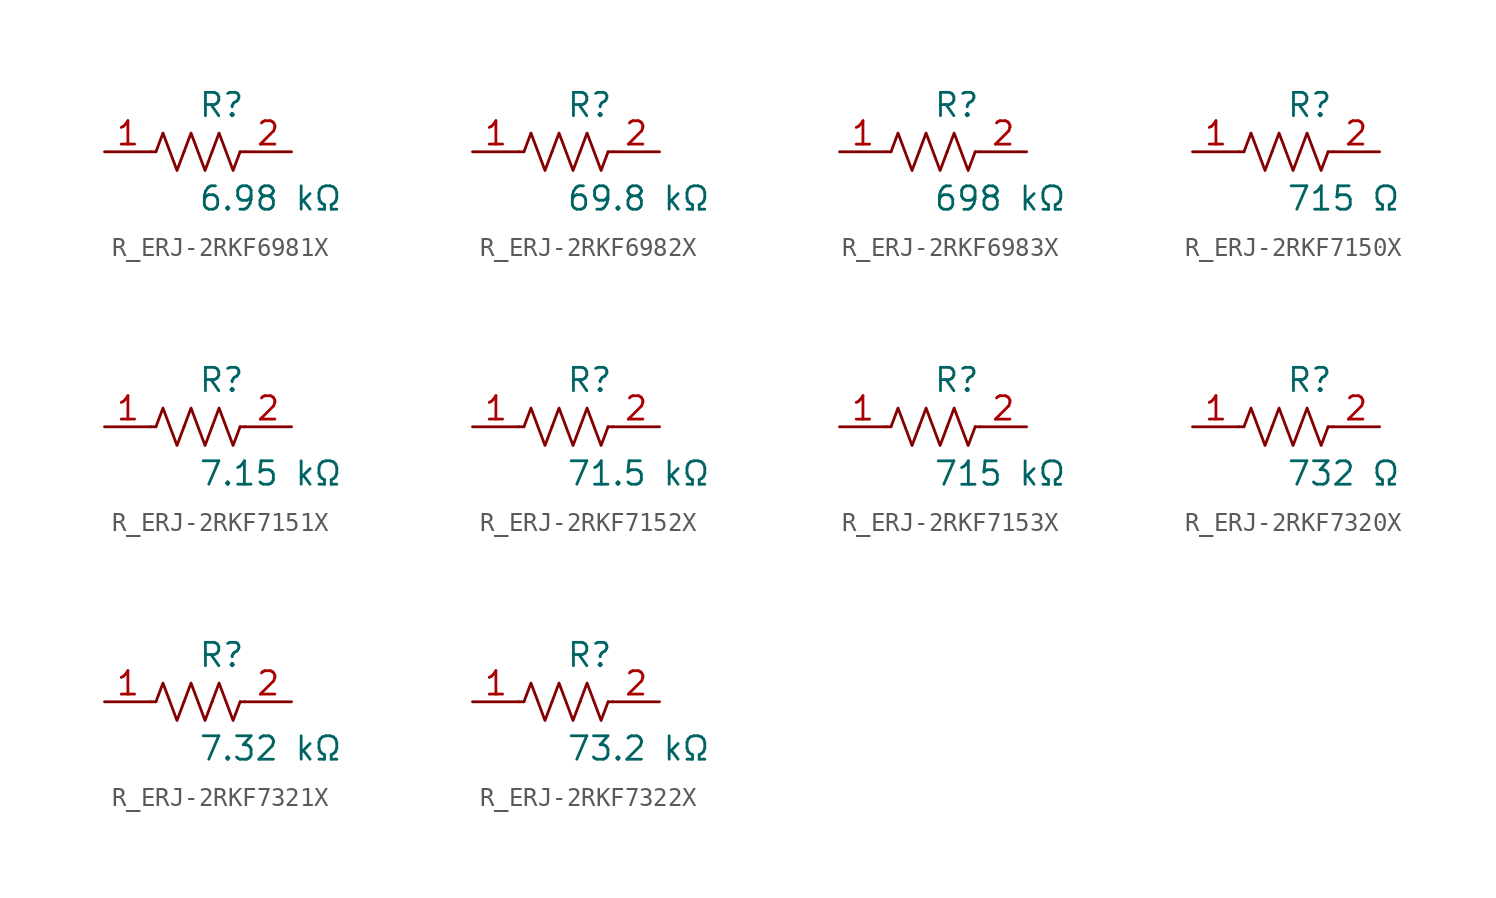
<source format=kicad_sym>
(kicad_symbol_lib
  (version 20231120)
  (generator kicad_symbol_editor)
  (generator_version 8.0)
  (symbol "R_ERJ-2RKF6981X"
    (pin_names
      (offset 0.254))
    (property "Reference" "R"
      (at 0 2.54 0)
      (effects (font (size 1.27 1.27)) (justify left)))
    (property "Value" "6.98 kΩ"
      (at 0 -2.54 0)
      (effects (font (size 1.27 1.27)) (justify left)))
    (symbol "R_ERJ-2RKF6981X_0_1"
      (polyline (pts (xy 2.286 0) (xy 2.54 0)) (stroke (width 0) (type default)) (fill (type none)))
      (polyline (pts (xy -2.286 0) (xy -2.54 0)) (stroke (width 0) (type default)) (fill (type none)))
      (polyline (pts (xy 0.762 0) (xy 1.143 1.016) (xy 1.524 0) (xy 1.905 -1.016) (xy 2.286 0)) (stroke (width 0) (type default)) (fill (type none)))
      (polyline (pts (xy -0.762 0) (xy -0.381 1.016) (xy 0 0) (xy 0.381 -1.016) (xy 0.762 0)) (stroke (width 0) (type default)) (fill (type none)))
      (polyline (pts (xy -2.286 0) (xy -1.905 1.016) (xy -1.524 0) (xy -1.143 -1.016) (xy -0.762 0)) (stroke (width 0) (type default)) (fill (type none))))
    (pin unspecified line
      (at -5.08 0 0)
      (length 2.54)
      (name "" (effects (font (size 1.27 1.27))))
      (number "1" (effects (font (size 1.27 1.27)))))
    (pin unspecified line
      (at 5.08 0 180)
      (length 2.54)
      (name "" (effects (font (size 1.27 1.27))))
      (number "2" (effects (font (size 1.27 1.27))))))
  (symbol "R_ERJ-2RKF6982X"
    (pin_names
      (offset 0.254))
    (property "Reference" "R"
      (at 0 2.54 0)
      (effects (font (size 1.27 1.27)) (justify left)))
    (property "Value" "69.8 kΩ"
      (at 0 -2.54 0)
      (effects (font (size 1.27 1.27)) (justify left)))
    (symbol "R_ERJ-2RKF6982X_0_1"
      (polyline (pts (xy 2.286 0) (xy 2.54 0)) (stroke (width 0) (type default)) (fill (type none)))
      (polyline (pts (xy -2.286 0) (xy -2.54 0)) (stroke (width 0) (type default)) (fill (type none)))
      (polyline (pts (xy 0.762 0) (xy 1.143 1.016) (xy 1.524 0) (xy 1.905 -1.016) (xy 2.286 0)) (stroke (width 0) (type default)) (fill (type none)))
      (polyline (pts (xy -0.762 0) (xy -0.381 1.016) (xy 0 0) (xy 0.381 -1.016) (xy 0.762 0)) (stroke (width 0) (type default)) (fill (type none)))
      (polyline (pts (xy -2.286 0) (xy -1.905 1.016) (xy -1.524 0) (xy -1.143 -1.016) (xy -0.762 0)) (stroke (width 0) (type default)) (fill (type none))))
    (pin unspecified line
      (at -5.08 0 0)
      (length 2.54)
      (name "" (effects (font (size 1.27 1.27))))
      (number "1" (effects (font (size 1.27 1.27)))))
    (pin unspecified line
      (at 5.08 0 180)
      (length 2.54)
      (name "" (effects (font (size 1.27 1.27))))
      (number "2" (effects (font (size 1.27 1.27))))))
  (symbol "R_ERJ-2RKF6983X"
    (pin_names
      (offset 0.254))
    (property "Reference" "R"
      (at 0 2.54 0)
      (effects (font (size 1.27 1.27)) (justify left)))
    (property "Value" "698 kΩ"
      (at 0 -2.54 0)
      (effects (font (size 1.27 1.27)) (justify left)))
    (symbol "R_ERJ-2RKF6983X_0_1"
      (polyline (pts (xy 2.286 0) (xy 2.54 0)) (stroke (width 0) (type default)) (fill (type none)))
      (polyline (pts (xy -2.286 0) (xy -2.54 0)) (stroke (width 0) (type default)) (fill (type none)))
      (polyline (pts (xy 0.762 0) (xy 1.143 1.016) (xy 1.524 0) (xy 1.905 -1.016) (xy 2.286 0)) (stroke (width 0) (type default)) (fill (type none)))
      (polyline (pts (xy -0.762 0) (xy -0.381 1.016) (xy 0 0) (xy 0.381 -1.016) (xy 0.762 0)) (stroke (width 0) (type default)) (fill (type none)))
      (polyline (pts (xy -2.286 0) (xy -1.905 1.016) (xy -1.524 0) (xy -1.143 -1.016) (xy -0.762 0)) (stroke (width 0) (type default)) (fill (type none))))
    (pin unspecified line
      (at -5.08 0 0)
      (length 2.54)
      (name "" (effects (font (size 1.27 1.27))))
      (number "1" (effects (font (size 1.27 1.27)))))
    (pin unspecified line
      (at 5.08 0 180)
      (length 2.54)
      (name "" (effects (font (size 1.27 1.27))))
      (number "2" (effects (font (size 1.27 1.27))))))
  (symbol "R_ERJ-2RKF7150X"
    (pin_names
      (offset 0.254))
    (property "Reference" "R"
      (at 0 2.54 0)
      (effects (font (size 1.27 1.27)) (justify left)))
    (property "Value" "715 Ω"
      (at 0 -2.54 0)
      (effects (font (size 1.27 1.27)) (justify left)))
    (symbol "R_ERJ-2RKF7150X_0_1"
      (polyline (pts (xy 2.286 0) (xy 2.54 0)) (stroke (width 0) (type default)) (fill (type none)))
      (polyline (pts (xy -2.286 0) (xy -2.54 0)) (stroke (width 0) (type default)) (fill (type none)))
      (polyline (pts (xy 0.762 0) (xy 1.143 1.016) (xy 1.524 0) (xy 1.905 -1.016) (xy 2.286 0)) (stroke (width 0) (type default)) (fill (type none)))
      (polyline (pts (xy -0.762 0) (xy -0.381 1.016) (xy 0 0) (xy 0.381 -1.016) (xy 0.762 0)) (stroke (width 0) (type default)) (fill (type none)))
      (polyline (pts (xy -2.286 0) (xy -1.905 1.016) (xy -1.524 0) (xy -1.143 -1.016) (xy -0.762 0)) (stroke (width 0) (type default)) (fill (type none))))
    (pin unspecified line
      (at -5.08 0 0)
      (length 2.54)
      (name "" (effects (font (size 1.27 1.27))))
      (number "1" (effects (font (size 1.27 1.27)))))
    (pin unspecified line
      (at 5.08 0 180)
      (length 2.54)
      (name "" (effects (font (size 1.27 1.27))))
      (number "2" (effects (font (size 1.27 1.27))))))
  (symbol "R_ERJ-2RKF7151X"
    (pin_names
      (offset 0.254))
    (property "Reference" "R"
      (at 0 2.54 0)
      (effects (font (size 1.27 1.27)) (justify left)))
    (property "Value" "7.15 kΩ"
      (at 0 -2.54 0)
      (effects (font (size 1.27 1.27)) (justify left)))
    (symbol "R_ERJ-2RKF7151X_0_1"
      (polyline (pts (xy 2.286 0) (xy 2.54 0)) (stroke (width 0) (type default)) (fill (type none)))
      (polyline (pts (xy -2.286 0) (xy -2.54 0)) (stroke (width 0) (type default)) (fill (type none)))
      (polyline (pts (xy 0.762 0) (xy 1.143 1.016) (xy 1.524 0) (xy 1.905 -1.016) (xy 2.286 0)) (stroke (width 0) (type default)) (fill (type none)))
      (polyline (pts (xy -0.762 0) (xy -0.381 1.016) (xy 0 0) (xy 0.381 -1.016) (xy 0.762 0)) (stroke (width 0) (type default)) (fill (type none)))
      (polyline (pts (xy -2.286 0) (xy -1.905 1.016) (xy -1.524 0) (xy -1.143 -1.016) (xy -0.762 0)) (stroke (width 0) (type default)) (fill (type none))))
    (pin unspecified line
      (at -5.08 0 0)
      (length 2.54)
      (name "" (effects (font (size 1.27 1.27))))
      (number "1" (effects (font (size 1.27 1.27)))))
    (pin unspecified line
      (at 5.08 0 180)
      (length 2.54)
      (name "" (effects (font (size 1.27 1.27))))
      (number "2" (effects (font (size 1.27 1.27))))))
  (symbol "R_ERJ-2RKF7152X"
    (pin_names
      (offset 0.254))
    (property "Reference" "R"
      (at 0 2.54 0)
      (effects (font (size 1.27 1.27)) (justify left)))
    (property "Value" "71.5 kΩ"
      (at 0 -2.54 0)
      (effects (font (size 1.27 1.27)) (justify left)))
    (symbol "R_ERJ-2RKF7152X_0_1"
      (polyline (pts (xy 2.286 0) (xy 2.54 0)) (stroke (width 0) (type default)) (fill (type none)))
      (polyline (pts (xy -2.286 0) (xy -2.54 0)) (stroke (width 0) (type default)) (fill (type none)))
      (polyline (pts (xy 0.762 0) (xy 1.143 1.016) (xy 1.524 0) (xy 1.905 -1.016) (xy 2.286 0)) (stroke (width 0) (type default)) (fill (type none)))
      (polyline (pts (xy -0.762 0) (xy -0.381 1.016) (xy 0 0) (xy 0.381 -1.016) (xy 0.762 0)) (stroke (width 0) (type default)) (fill (type none)))
      (polyline (pts (xy -2.286 0) (xy -1.905 1.016) (xy -1.524 0) (xy -1.143 -1.016) (xy -0.762 0)) (stroke (width 0) (type default)) (fill (type none))))
    (pin unspecified line
      (at -5.08 0 0)
      (length 2.54)
      (name "" (effects (font (size 1.27 1.27))))
      (number "1" (effects (font (size 1.27 1.27)))))
    (pin unspecified line
      (at 5.08 0 180)
      (length 2.54)
      (name "" (effects (font (size 1.27 1.27))))
      (number "2" (effects (font (size 1.27 1.27))))))
  (symbol "R_ERJ-2RKF7153X"
    (pin_names
      (offset 0.254))
    (property "Reference" "R"
      (at 0 2.54 0)
      (effects (font (size 1.27 1.27)) (justify left)))
    (property "Value" "715 kΩ"
      (at 0 -2.54 0)
      (effects (font (size 1.27 1.27)) (justify left)))
    (symbol "R_ERJ-2RKF7153X_0_1"
      (polyline (pts (xy 2.286 0) (xy 2.54 0)) (stroke (width 0) (type default)) (fill (type none)))
      (polyline (pts (xy -2.286 0) (xy -2.54 0)) (stroke (width 0) (type default)) (fill (type none)))
      (polyline (pts (xy 0.762 0) (xy 1.143 1.016) (xy 1.524 0) (xy 1.905 -1.016) (xy 2.286 0)) (stroke (width 0) (type default)) (fill (type none)))
      (polyline (pts (xy -0.762 0) (xy -0.381 1.016) (xy 0 0) (xy 0.381 -1.016) (xy 0.762 0)) (stroke (width 0) (type default)) (fill (type none)))
      (polyline (pts (xy -2.286 0) (xy -1.905 1.016) (xy -1.524 0) (xy -1.143 -1.016) (xy -0.762 0)) (stroke (width 0) (type default)) (fill (type none))))
    (pin unspecified line
      (at -5.08 0 0)
      (length 2.54)
      (name "" (effects (font (size 1.27 1.27))))
      (number "1" (effects (font (size 1.27 1.27)))))
    (pin unspecified line
      (at 5.08 0 180)
      (length 2.54)
      (name "" (effects (font (size 1.27 1.27))))
      (number "2" (effects (font (size 1.27 1.27))))))
  (symbol "R_ERJ-2RKF7320X"
    (pin_names
      (offset 0.254))
    (property "Reference" "R"
      (at 0 2.54 0)
      (effects (font (size 1.27 1.27)) (justify left)))
    (property "Value" "732 Ω"
      (at 0 -2.54 0)
      (effects (font (size 1.27 1.27)) (justify left)))
    (symbol "R_ERJ-2RKF7320X_0_1"
      (polyline (pts (xy 2.286 0) (xy 2.54 0)) (stroke (width 0) (type default)) (fill (type none)))
      (polyline (pts (xy -2.286 0) (xy -2.54 0)) (stroke (width 0) (type default)) (fill (type none)))
      (polyline (pts (xy 0.762 0) (xy 1.143 1.016) (xy 1.524 0) (xy 1.905 -1.016) (xy 2.286 0)) (stroke (width 0) (type default)) (fill (type none)))
      (polyline (pts (xy -0.762 0) (xy -0.381 1.016) (xy 0 0) (xy 0.381 -1.016) (xy 0.762 0)) (stroke (width 0) (type default)) (fill (type none)))
      (polyline (pts (xy -2.286 0) (xy -1.905 1.016) (xy -1.524 0) (xy -1.143 -1.016) (xy -0.762 0)) (stroke (width 0) (type default)) (fill (type none))))
    (pin unspecified line
      (at -5.08 0 0)
      (length 2.54)
      (name "" (effects (font (size 1.27 1.27))))
      (number "1" (effects (font (size 1.27 1.27)))))
    (pin unspecified line
      (at 5.08 0 180)
      (length 2.54)
      (name "" (effects (font (size 1.27 1.27))))
      (number "2" (effects (font (size 1.27 1.27))))))
  (symbol "R_ERJ-2RKF7321X"
    (pin_names
      (offset 0.254))
    (property "Reference" "R"
      (at 0 2.54 0)
      (effects (font (size 1.27 1.27)) (justify left)))
    (property "Value" "7.32 kΩ"
      (at 0 -2.54 0)
      (effects (font (size 1.27 1.27)) (justify left)))
    (symbol "R_ERJ-2RKF7321X_0_1"
      (polyline (pts (xy 2.286 0) (xy 2.54 0)) (stroke (width 0) (type default)) (fill (type none)))
      (polyline (pts (xy -2.286 0) (xy -2.54 0)) (stroke (width 0) (type default)) (fill (type none)))
      (polyline (pts (xy 0.762 0) (xy 1.143 1.016) (xy 1.524 0) (xy 1.905 -1.016) (xy 2.286 0)) (stroke (width 0) (type default)) (fill (type none)))
      (polyline (pts (xy -0.762 0) (xy -0.381 1.016) (xy 0 0) (xy 0.381 -1.016) (xy 0.762 0)) (stroke (width 0) (type default)) (fill (type none)))
      (polyline (pts (xy -2.286 0) (xy -1.905 1.016) (xy -1.524 0) (xy -1.143 -1.016) (xy -0.762 0)) (stroke (width 0) (type default)) (fill (type none))))
    (pin unspecified line
      (at -5.08 0 0)
      (length 2.54)
      (name "" (effects (font (size 1.27 1.27))))
      (number "1" (effects (font (size 1.27 1.27)))))
    (pin unspecified line
      (at 5.08 0 180)
      (length 2.54)
      (name "" (effects (font (size 1.27 1.27))))
      (number "2" (effects (font (size 1.27 1.27))))))
  (symbol "R_ERJ-2RKF7322X"
    (pin_names
      (offset 0.254))
    (property "Reference" "R"
      (at 0 2.54 0)
      (effects (font (size 1.27 1.27)) (justify left)))
    (property "Value" "73.2 kΩ"
      (at 0 -2.54 0)
      (effects (font (size 1.27 1.27)) (justify left)))
    (symbol "R_ERJ-2RKF7322X_0_1"
      (polyline (pts (xy 2.286 0) (xy 2.54 0)) (stroke (width 0) (type default)) (fill (type none)))
      (polyline (pts (xy -2.286 0) (xy -2.54 0)) (stroke (width 0) (type default)) (fill (type none)))
      (polyline (pts (xy 0.762 0) (xy 1.143 1.016) (xy 1.524 0) (xy 1.905 -1.016) (xy 2.286 0)) (stroke (width 0) (type default)) (fill (type none)))
      (polyline (pts (xy -0.762 0) (xy -0.381 1.016) (xy 0 0) (xy 0.381 -1.016) (xy 0.762 0)) (stroke (width 0) (type default)) (fill (type none)))
      (polyline (pts (xy -2.286 0) (xy -1.905 1.016) (xy -1.524 0) (xy -1.143 -1.016) (xy -0.762 0)) (stroke (width 0) (type default)) (fill (type none))))
    (pin unspecified line
      (at -5.08 0 0)
      (length 2.54)
      (name "" (effects (font (size 1.27 1.27))))
      (number "1" (effects (font (size 1.27 1.27)))))
    (pin unspecified line
      (at 5.08 0 180)
      (length 2.54)
      (name "" (effects (font (size 1.27 1.27))))
      (number "2" (effects (font (size 1.27 1.27)))))))
</source>
